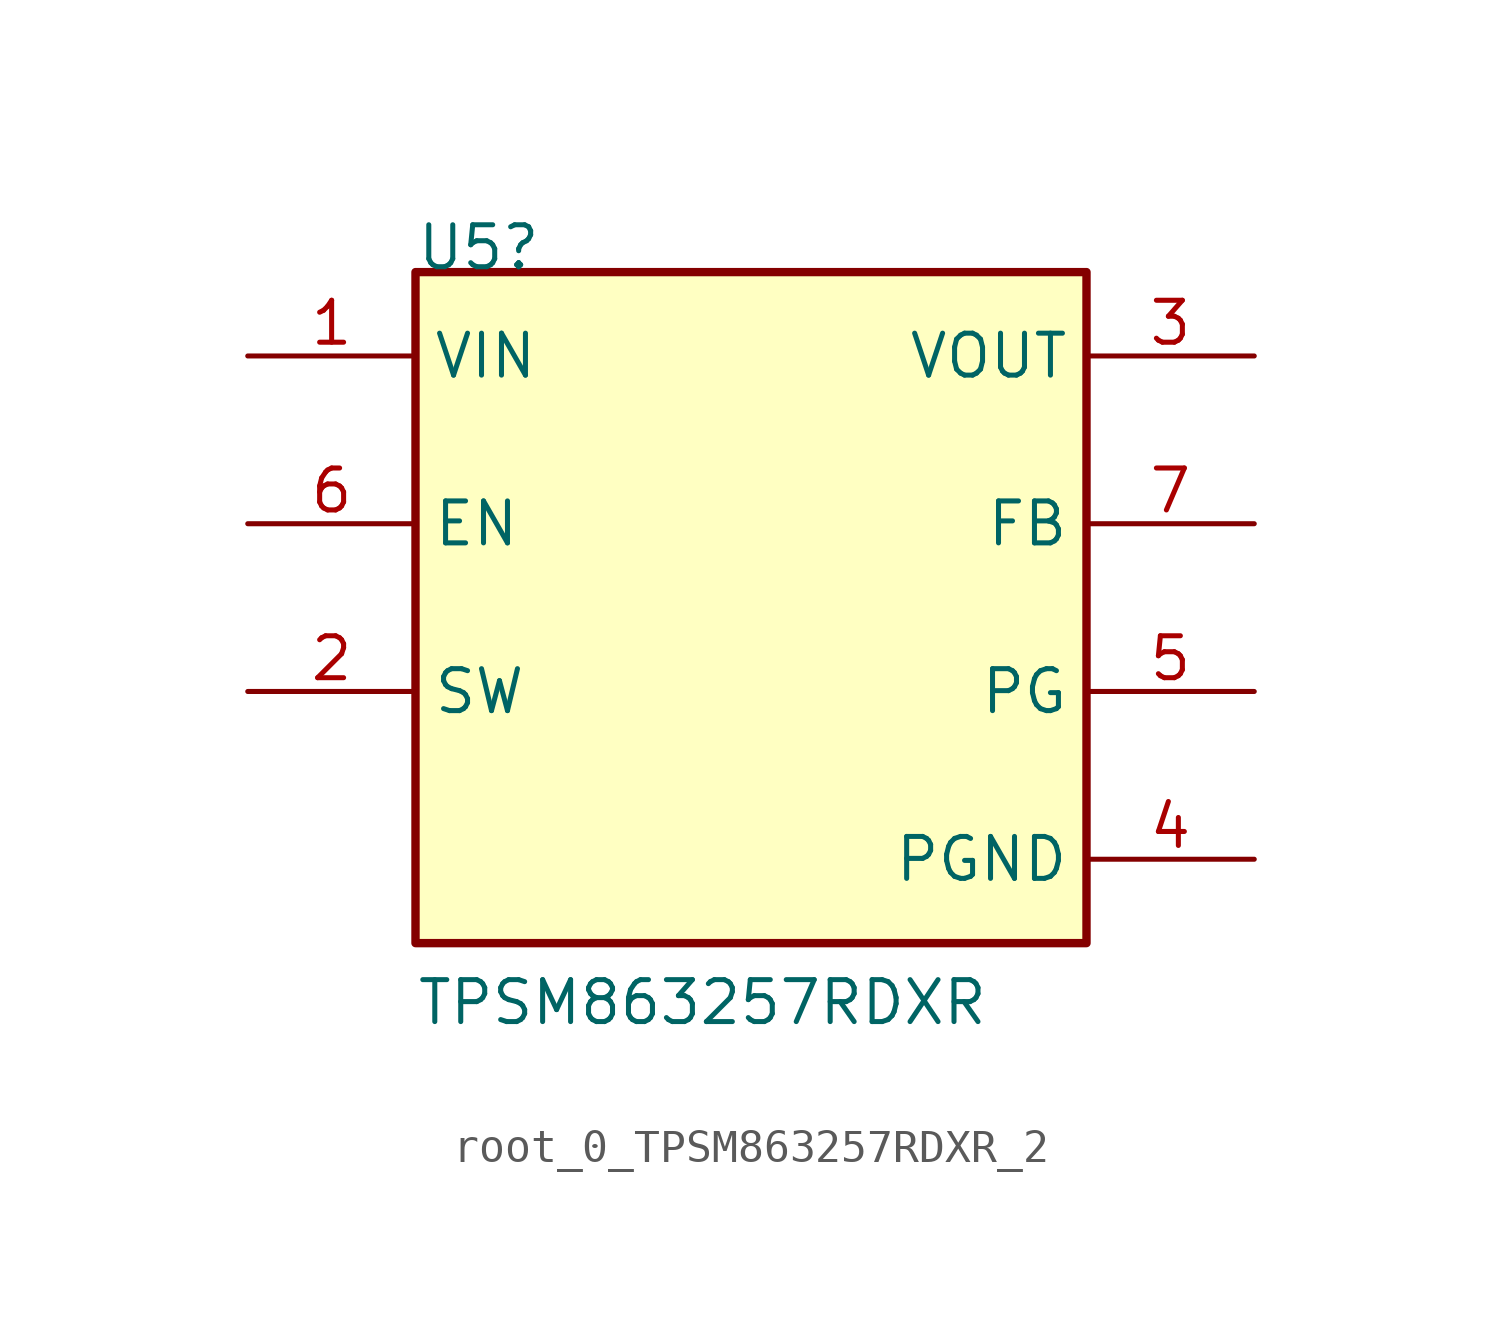
<source format=kicad_sym>
(kicad_symbol_lib
  (version 20241209)
  (generator "kicad_symbol_editor")
  (generator_version "9.0")
  (symbol "root_0_TPSM863257RDXR_2"
    (property "Reference" "U5"
      (at -10.16 10.16 0)
      (effects (font (size 1.27 1.27)) (justify left bottom)))
    (property "Value" "TPSM863257RDXR"
      (at -10.16 -12.7 0)
      (effects (font (size 1.27 1.27)) (justify left bottom)))
    (property "Description" ""
      (at 0 0 0)
      (effects (font (size 1.27 1.27))))
    (symbol "root_0_TPSM863257RDXR_2_1_0"
      (rectangle (start 10.16 10.16) (end -10.16 -10.16) (stroke (width 0.254) (type solid)) (fill (type background)))
      (pin input line (at -15.24 7.62 0) (length 5.08) (name "VIN" (effects (font (size 1.27 1.27)))) (number "1" (effects (font (size 1.27 1.27)))))
      (pin input line (at -15.24 2.54 0) (length 5.08) (name "EN" (effects (font (size 1.27 1.27)))) (number "6" (effects (font (size 1.27 1.27)))))
      (pin passive line (at -15.24 -2.54 0) (length 5.08) (name "SW" (effects (font (size 1.27 1.27)))) (number "2" (effects (font (size 1.27 1.27)))))
      (pin output line (at 15.24 7.62 180) (length 5.08) (name "VOUT" (effects (font (size 1.27 1.27)))) (number "3" (effects (font (size 1.27 1.27)))))
      (pin input line (at 15.24 2.54 180) (length 5.08) (name "FB" (effects (font (size 1.27 1.27)))) (number "7" (effects (font (size 1.27 1.27)))))
      (pin open_collector line (at 15.24 -2.54 180) (length 5.08) (name "PG" (effects (font (size 1.27 1.27)))) (number "5" (effects (font (size 1.27 1.27)))))
      (pin power_in line (at 15.24 -7.62 180) (length 5.08) (name "PGND" (effects (font (size 1.27 1.27)))) (number "4" (effects (font (size 1.27 1.27))))))))
</source>
